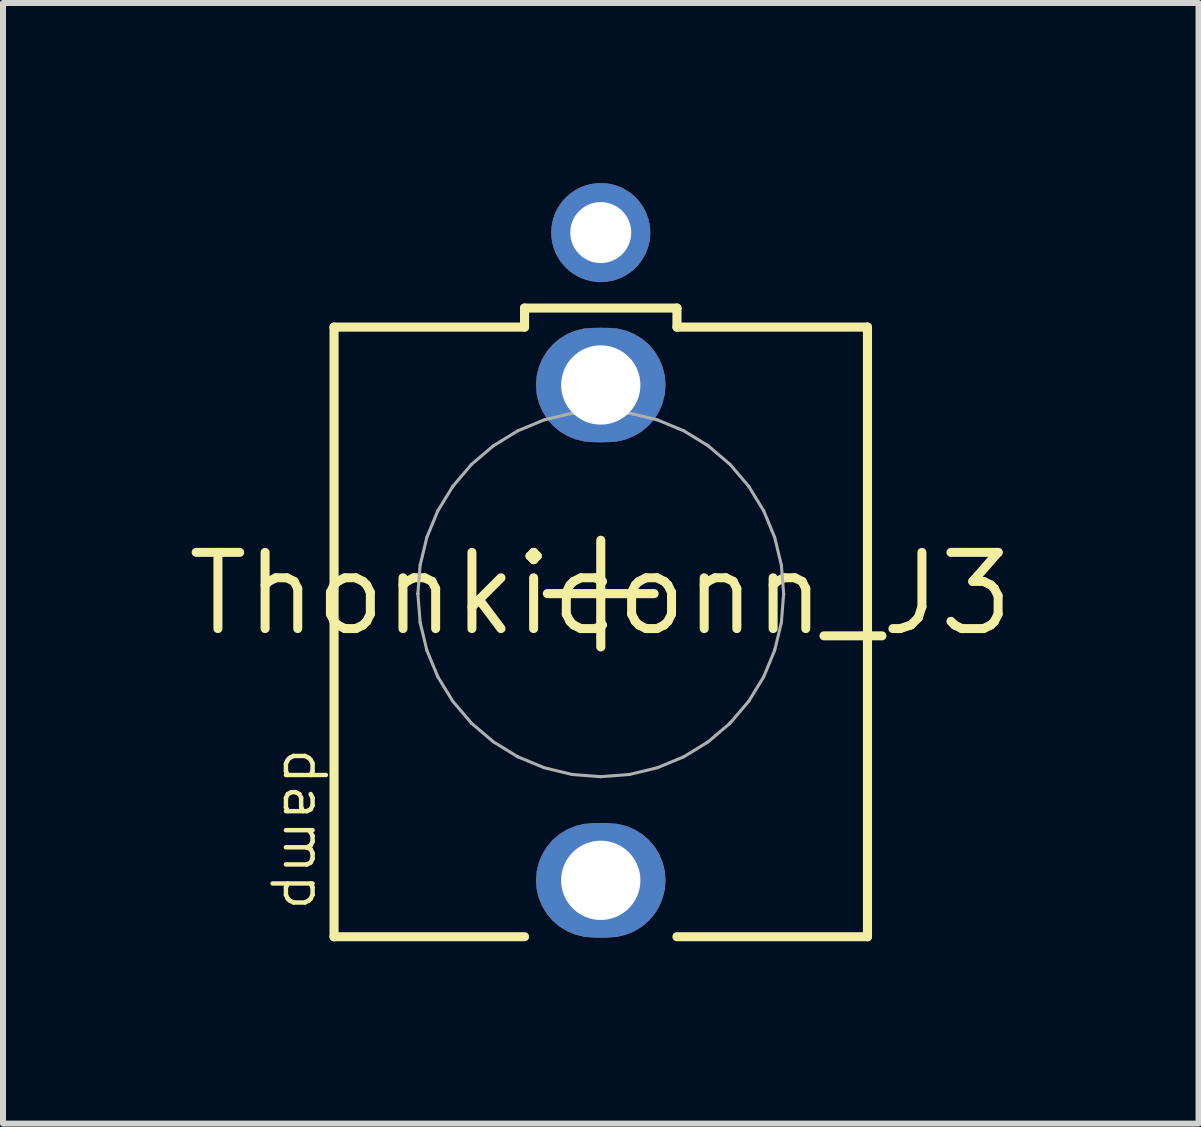
<source format=kicad_pcb>
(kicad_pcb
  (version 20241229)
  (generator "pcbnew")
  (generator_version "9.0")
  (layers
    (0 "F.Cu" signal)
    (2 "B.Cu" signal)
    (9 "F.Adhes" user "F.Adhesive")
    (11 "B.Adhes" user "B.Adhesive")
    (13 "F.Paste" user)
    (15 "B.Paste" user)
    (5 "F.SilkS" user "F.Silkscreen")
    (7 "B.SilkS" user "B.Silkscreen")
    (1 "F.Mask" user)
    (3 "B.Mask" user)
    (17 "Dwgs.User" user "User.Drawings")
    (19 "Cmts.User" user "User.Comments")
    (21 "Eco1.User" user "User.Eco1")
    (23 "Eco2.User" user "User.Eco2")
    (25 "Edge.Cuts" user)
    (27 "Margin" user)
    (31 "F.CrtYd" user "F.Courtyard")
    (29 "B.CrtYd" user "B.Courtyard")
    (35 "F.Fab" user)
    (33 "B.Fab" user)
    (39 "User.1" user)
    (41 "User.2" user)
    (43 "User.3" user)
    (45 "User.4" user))
  (footprint "Thonkiconn_J3"
    (layer "F.Cu")
    (at 6.962 6.846)
    (property "Reference" "Thonkiconn_J3" (at 0 0 0) (layer "F.SilkS") (effects (font (size 1.27 1.27) (thickness 0.15))))
    (fp_poly (pts (xy 0.276 -4.421) (xy 0.421 -4.386) (xy 0.559 -4.329) (xy 0.687 -4.251) (xy 0.801 -4.154) (xy 0.898 -4.04) (xy 0.976 -3.912) (xy 1.033 -3.774) (xy 1.068 -3.629) (xy 1.079 -3.48) (xy 1.068 -3.331) (xy 1.033 -3.186) (xy 0.976 -3.048) (xy 0.898 -2.92) (xy 0.801 -2.806) (xy 0.687 -2.709) (xy 0.559 -2.631) (xy 0.421 -2.574) (xy 0.276 -2.539) (xy 0.127 -2.527) (xy -0.127 -2.527) (xy -0.276 -2.539) (xy -0.421 -2.574) (xy -0.559 -2.631) (xy -0.687 -2.709) (xy -0.801 -2.806) (xy -0.898 -2.92) (xy -0.976 -3.048) (xy -1.033 -3.186) (xy -1.068 -3.331) (xy -1.079 -3.48) (xy -1.068 -3.629) (xy -1.033 -3.774) (xy -0.976 -3.912) (xy -0.898 -4.04) (xy -0.801 -4.154) (xy -0.687 -4.251) (xy -0.559 -4.329) (xy -0.421 -4.386) (xy -0.276 -4.421) (xy -0.127 -4.432) (xy 0.127 -4.432)) (stroke (width 0) (type default)) (fill yes) (layer "F.Cu"))
    (fp_poly (pts (xy 0.276 3.834) (xy 0.421 3.869) (xy 0.559 3.926) (xy 0.687 4.004) (xy 0.801 4.101) (xy 0.898 4.215) (xy 0.976 4.343) (xy 1.033 4.481) (xy 1.068 4.626) (xy 1.079 4.775) (xy 1.068 4.924) (xy 1.033 5.069) (xy 0.976 5.207) (xy 0.898 5.335) (xy 0.801 5.449) (xy 0.687 5.546) (xy 0.559 5.624) (xy 0.421 5.681) (xy 0.276 5.716) (xy 0.127 5.728) (xy -0.127 5.728) (xy -0.276 5.716) (xy -0.421 5.681) (xy -0.559 5.624) (xy -0.687 5.546) (xy -0.801 5.449) (xy -0.898 5.335) (xy -0.976 5.207) (xy -1.033 5.069) (xy -1.068 4.924) (xy -1.079 4.775) (xy -1.068 4.626) (xy -1.033 4.481) (xy -0.976 4.343) (xy -0.898 4.215) (xy -0.801 4.101) (xy -0.687 4.004) (xy -0.559 3.926) (xy -0.421 3.869) (xy -0.276 3.834) (xy -0.127 3.823) (xy 0.127 3.823)) (stroke (width 0) (type default)) (fill yes) (layer "F.Cu"))
    (fp_poly (pts (xy 0.292 -4.522) (xy 0.453 -4.483) (xy 0.606 -4.42) (xy 0.748 -4.334) (xy 0.873 -4.226) (xy 0.981 -4.1) (xy 1.067 -3.958) (xy 1.131 -3.806) (xy 1.169 -3.645) (xy 1.182 -3.48) (xy 1.169 -3.315) (xy 1.131 -3.154) (xy 1.067 -3.001) (xy 0.981 -2.859) (xy 0.873 -2.733) (xy 0.748 -2.626) (xy 0.606 -2.54) (xy 0.453 -2.476) (xy 0.292 -2.438) (xy 0.127 -2.425) (xy -0.127 -2.425) (xy -0.292 -2.438) (xy -0.453 -2.476) (xy -0.606 -2.54) (xy -0.748 -2.626) (xy -0.873 -2.733) (xy -0.981 -2.859) (xy -1.067 -3.001) (xy -1.131 -3.154) (xy -1.169 -3.315) (xy -1.182 -3.48) (xy -1.169 -3.645) (xy -1.131 -3.806) (xy -1.067 -3.958) (xy -0.981 -4.1) (xy -0.873 -4.226) (xy -0.748 -4.334) (xy -0.606 -4.42) (xy -0.453 -4.483) (xy -0.292 -4.522) (xy -0.127 -4.535) (xy 0.127 -4.535)) (stroke (width 0) (type default)) (fill yes) (layer "F.Mask"))
    (fp_poly (pts (xy 0.292 3.733) (xy 0.453 3.772) (xy 0.606 3.835) (xy 0.748 3.921) (xy 0.873 4.029) (xy 0.981 4.155) (xy 1.067 4.297) (xy 1.131 4.449) (xy 1.169 4.61) (xy 1.182 4.775) (xy 1.169 4.94) (xy 1.131 5.101) (xy 1.067 5.254) (xy 0.981 5.396) (xy 0.873 5.522) (xy 0.748 5.629) (xy 0.606 5.715) (xy 0.453 5.779) (xy 0.292 5.817) (xy 0.127 5.83) (xy -0.127 5.83) (xy -0.292 5.817) (xy -0.453 5.779) (xy -0.606 5.715) (xy -0.748 5.629) (xy -0.873 5.522) (xy -0.981 5.396) (xy -1.067 5.254) (xy -1.131 5.101) (xy -1.169 4.94) (xy -1.182 4.775) (xy -1.169 4.61) (xy -1.131 4.449) (xy -1.067 4.297) (xy -0.981 4.155) (xy -0.873 4.029) (xy -0.748 3.921) (xy -0.606 3.835) (xy -0.453 3.772) (xy -0.292 3.733) (xy -0.127 3.72) (xy 0.127 3.72)) (stroke (width 0) (type default)) (fill yes) (layer "F.Mask"))
    (fp_poly (pts (xy 0.276 -4.421) (xy 0.421 -4.386) (xy 0.559 -4.329) (xy 0.687 -4.251) (xy 0.801 -4.154) (xy 0.898 -4.04) (xy 0.976 -3.912) (xy 1.033 -3.774) (xy 1.068 -3.629) (xy 1.079 -3.48) (xy 1.068 -3.331) (xy 1.033 -3.186) (xy 0.976 -3.048) (xy 0.898 -2.92) (xy 0.801 -2.806) (xy 0.687 -2.709) (xy 0.559 -2.631) (xy 0.421 -2.574) (xy 0.276 -2.539) (xy 0.127 -2.527) (xy -0.127 -2.527) (xy -0.276 -2.539) (xy -0.421 -2.574) (xy -0.559 -2.631) (xy -0.687 -2.709) (xy -0.801 -2.806) (xy -0.898 -2.92) (xy -0.976 -3.048) (xy -1.033 -3.186) (xy -1.068 -3.331) (xy -1.079 -3.48) (xy -1.068 -3.629) (xy -1.033 -3.774) (xy -0.976 -3.912) (xy -0.898 -4.04) (xy -0.801 -4.154) (xy -0.687 -4.251) (xy -0.559 -4.329) (xy -0.421 -4.386) (xy -0.276 -4.421) (xy -0.127 -4.432) (xy 0.127 -4.432)) (stroke (width 0) (type default)) (fill yes) (layer "B.Cu"))
    (fp_poly (pts (xy 0.276 3.834) (xy 0.421 3.869) (xy 0.559 3.926) (xy 0.687 4.004) (xy 0.801 4.101) (xy 0.898 4.215) (xy 0.976 4.343) (xy 1.033 4.481) (xy 1.068 4.626) (xy 1.079 4.775) (xy 1.068 4.924) (xy 1.033 5.069) (xy 0.976 5.207) (xy 0.898 5.335) (xy 0.801 5.449) (xy 0.687 5.546) (xy 0.559 5.624) (xy 0.421 5.681) (xy 0.276 5.716) (xy 0.127 5.728) (xy -0.127 5.728) (xy -0.276 5.716) (xy -0.421 5.681) (xy -0.559 5.624) (xy -0.687 5.546) (xy -0.801 5.449) (xy -0.898 5.335) (xy -0.976 5.207) (xy -1.033 5.069) (xy -1.068 4.924) (xy -1.079 4.775) (xy -1.068 4.626) (xy -1.033 4.481) (xy -0.976 4.343) (xy -0.898 4.215) (xy -0.801 4.101) (xy -0.687 4.004) (xy -0.559 3.926) (xy -0.421 3.869) (xy -0.276 3.834) (xy -0.127 3.823) (xy 0.127 3.823)) (stroke (width 0) (type default)) (fill yes) (layer "B.Cu"))
    (fp_poly (pts (xy 0.292 -4.522) (xy 0.453 -4.483) (xy 0.606 -4.42) (xy 0.748 -4.334) (xy 0.873 -4.226) (xy 0.981 -4.1) (xy 1.067 -3.958) (xy 1.131 -3.806) (xy 1.169 -3.645) (xy 1.182 -3.48) (xy 1.169 -3.315) (xy 1.131 -3.154) (xy 1.067 -3.001) (xy 0.981 -2.859) (xy 0.873 -2.733) (xy 0.748 -2.626) (xy 0.606 -2.54) (xy 0.453 -2.476) (xy 0.292 -2.438) (xy 0.127 -2.425) (xy -0.127 -2.425) (xy -0.292 -2.438) (xy -0.453 -2.476) (xy -0.606 -2.54) (xy -0.748 -2.626) (xy -0.873 -2.733) (xy -0.981 -2.859) (xy -1.067 -3.001) (xy -1.131 -3.154) (xy -1.169 -3.315) (xy -1.182 -3.48) (xy -1.169 -3.645) (xy -1.131 -3.806) (xy -1.067 -3.958) (xy -0.981 -4.1) (xy -0.873 -4.226) (xy -0.748 -4.334) (xy -0.606 -4.42) (xy -0.453 -4.483) (xy -0.292 -4.522) (xy -0.127 -4.535) (xy 0.127 -4.535)) (stroke (width 0) (type default)) (fill yes) (layer "B.Mask"))
    (fp_poly (pts (xy 0.292 3.733) (xy 0.453 3.772) (xy 0.606 3.835) (xy 0.748 3.921) (xy 0.873 4.029) (xy 0.981 4.155) (xy 1.067 4.297) (xy 1.131 4.449) (xy 1.169 4.61) (xy 1.182 4.775) (xy 1.169 4.94) (xy 1.131 5.101) (xy 1.067 5.254) (xy 0.981 5.396) (xy 0.873 5.522) (xy 0.748 5.629) (xy 0.606 5.715) (xy 0.453 5.779) (xy 0.292 5.817) (xy 0.127 5.83) (xy -0.127 5.83) (xy -0.292 5.817) (xy -0.453 5.779) (xy -0.606 5.715) (xy -0.748 5.629) (xy -0.873 5.522) (xy -0.981 5.396) (xy -1.067 5.254) (xy -1.131 5.101) (xy -1.169 4.94) (xy -1.182 4.775) (xy -1.169 4.61) (xy -1.131 4.449) (xy -1.067 4.297) (xy -0.981 4.155) (xy -0.873 4.029) (xy -0.748 3.921) (xy -0.606 3.835) (xy -0.453 3.772) (xy -0.292 3.733) (xy -0.127 3.72) (xy 0.127 3.72)) (stroke (width 0) (type default)) (fill yes) (layer "B.Mask"))
    (fp_line (start -4.445 -4.445) (end -4.445 5.715) (stroke (width 0.152) (type solid)) (layer "F.SilkS"))
    (fp_line (start -1.27 -4.762) (end 1.27 -4.762) (stroke (width 0.152) (type solid)) (layer "F.SilkS"))
    (fp_line (start -1.27 -4.445) (end -4.445 -4.445) (stroke (width 0.152) (type solid)) (layer "F.SilkS"))
    (fp_line (start -1.27 -4.445) (end -1.27 -4.762) (stroke (width 0.152) (type solid)) (layer "F.SilkS"))
    (fp_line (start -1.27 5.715) (end -4.445 5.715) (stroke (width 0.152) (type solid)) (layer "F.SilkS"))
    (fp_line (start -0.89 -0.003) (end 0.889 -0.003) (stroke (width 0.152) (type solid)) (layer "F.SilkS"))
    (fp_line (start 0 0.885) (end 0 -0.892) (stroke (width 0.152) (type solid)) (layer "F.SilkS"))
    (fp_line (start 1.27 -4.762) (end 1.27 -4.445) (stroke (width 0.152) (type solid)) (layer "F.SilkS"))
    (fp_line (start 1.27 -4.445) (end 4.445 -4.445) (stroke (width 0.152) (type solid)) (layer "F.SilkS"))
    (fp_line (start 1.27 5.715) (end 4.445 5.715) (stroke (width 0.152) (type solid)) (layer "F.SilkS"))
    (fp_line (start 4.445 5.715) (end 4.445 -4.445) (stroke (width 0.152) (type solid)) (layer "F.SilkS"))
    (fp_line (start -3.048 -0.001) (end -3.048 0.001) (stroke (width 0.051) (type solid)) (layer "F.Fab"))
    (fp_line (start -3.048 0.001) (end -3.01 0.478) (stroke (width 0.051) (type solid)) (layer "F.Fab"))
    (fp_line (start -3.01 -0.478) (end -3.048 -0.001) (stroke (width 0.051) (type solid)) (layer "F.Fab"))
    (fp_line (start -3.01 0.478) (end -2.898 0.943) (stroke (width 0.051) (type solid)) (layer "F.Fab"))
    (fp_line (start -2.898 -0.942) (end -3.01 -0.478) (stroke (width 0.051) (type solid)) (layer "F.Fab"))
    (fp_line (start -2.898 0.943) (end -2.715 1.384) (stroke (width 0.051) (type solid)) (layer "F.Fab"))
    (fp_line (start -2.715 -1.384) (end -2.898 -0.942) (stroke (width 0.051) (type solid)) (layer "F.Fab"))
    (fp_line (start -2.715 1.384) (end -2.465 1.792) (stroke (width 0.051) (type solid)) (layer "F.Fab"))
    (fp_line (start -2.465 -1.792) (end -2.715 -1.384) (stroke (width 0.051) (type solid)) (layer "F.Fab"))
    (fp_line (start -2.465 1.792) (end -2.155 2.156) (stroke (width 0.051) (type solid)) (layer "F.Fab"))
    (fp_line (start -2.155 -2.156) (end -2.465 -1.792) (stroke (width 0.051) (type solid)) (layer "F.Fab"))
    (fp_line (start -2.155 2.156) (end -1.791 2.466) (stroke (width 0.051) (type solid)) (layer "F.Fab"))
    (fp_line (start -1.791 -2.466) (end -2.155 -2.156) (stroke (width 0.051) (type solid)) (layer "F.Fab"))
    (fp_line (start -1.791 2.466) (end -1.384 2.716) (stroke (width 0.051) (type solid)) (layer "F.Fab"))
    (fp_line (start -1.384 -2.716) (end -1.791 -2.466) (stroke (width 0.051) (type solid)) (layer "F.Fab"))
    (fp_line (start -1.384 2.716) (end -0.942 2.899) (stroke (width 0.051) (type solid)) (layer "F.Fab"))
    (fp_line (start -0.942 -2.899) (end -1.384 -2.716) (stroke (width 0.051) (type solid)) (layer "F.Fab"))
    (fp_line (start -0.942 2.899) (end -0.477 3.011) (stroke (width 0.051) (type solid)) (layer "F.Fab"))
    (fp_line (start -0.477 -3.011) (end -0.942 -2.899) (stroke (width 0.051) (type solid)) (layer "F.Fab"))
    (fp_line (start -0.477 3.011) (end 0 3.048) (stroke (width 0.051) (type solid)) (layer "F.Fab"))
    (fp_line (start 0 -3.048) (end -0.477 -3.011) (stroke (width 0.051) (type solid)) (layer "F.Fab"))
    (fp_line (start 0 3.048) (end 0.477 3.011) (stroke (width 0.051) (type solid)) (layer "F.Fab"))
    (fp_line (start 0.477 -3.011) (end 0 -3.048) (stroke (width 0.051) (type solid)) (layer "F.Fab"))
    (fp_line (start 0.477 3.011) (end 0.942 2.899) (stroke (width 0.051) (type solid)) (layer "F.Fab"))
    (fp_line (start 0.942 -2.899) (end 0.477 -3.011) (stroke (width 0.051) (type solid)) (layer "F.Fab"))
    (fp_line (start 0.942 2.899) (end 1.384 2.716) (stroke (width 0.051) (type solid)) (layer "F.Fab"))
    (fp_line (start 1.384 -2.716) (end 0.942 -2.899) (stroke (width 0.051) (type solid)) (layer "F.Fab"))
    (fp_line (start 1.384 2.716) (end 1.791 2.466) (stroke (width 0.051) (type solid)) (layer "F.Fab"))
    (fp_line (start 1.791 -2.466) (end 1.384 -2.716) (stroke (width 0.051) (type solid)) (layer "F.Fab"))
    (fp_line (start 1.791 2.466) (end 2.155 2.156) (stroke (width 0.051) (type solid)) (layer "F.Fab"))
    (fp_line (start 2.155 -2.156) (end 1.791 -2.466) (stroke (width 0.051) (type solid)) (layer "F.Fab"))
    (fp_line (start 2.155 2.156) (end 2.465 1.792) (stroke (width 0.051) (type solid)) (layer "F.Fab"))
    (fp_line (start 2.465 -1.792) (end 2.155 -2.156) (stroke (width 0.051) (type solid)) (layer "F.Fab"))
    (fp_line (start 2.465 1.792) (end 2.715 1.384) (stroke (width 0.051) (type solid)) (layer "F.Fab"))
    (fp_line (start 2.715 -1.384) (end 2.465 -1.792) (stroke (width 0.051) (type solid)) (layer "F.Fab"))
    (fp_line (start 2.715 1.384) (end 2.898 0.943) (stroke (width 0.051) (type solid)) (layer "F.Fab"))
    (fp_line (start 2.898 -0.942) (end 2.715 -1.384) (stroke (width 0.051) (type solid)) (layer "F.Fab"))
    (fp_line (start 2.898 0.943) (end 3.01 0.478) (stroke (width 0.051) (type solid)) (layer "F.Fab"))
    (fp_line (start 3.01 -0.478) (end 2.898 -0.942) (stroke (width 0.051) (type solid)) (layer "F.Fab"))
    (fp_line (start 3.01 0.478) (end 3.048 0.001) (stroke (width 0.051) (type solid)) (layer "F.Fab"))
    (fp_line (start 3.048 -0.001) (end 3.01 -0.478) (stroke (width 0.051) (type solid)) (layer "F.Fab"))
    (fp_line (start 3.048 0.001) (end 3.048 -0.001) (stroke (width 0.051) (type solid)) (layer "F.Fab"))
    (fp_text user "damp" (at -4.553 2.527 270) (unlocked yes) (layer "F.SilkS") (effects (font (size 0.666 0.666) (thickness 0.074)) (justify left top)))
    (pad "1" thru_hole circle (at 0 -3.48) (size 1.905 1.905) (drill 1.321) (layers "*.Cu"))
    (pad "2" thru_hole circle (at 0 4.775) (size 1.905 1.905) (drill 1.321) (layers "*.Cu"))
    (pad "3" thru_hole circle (at 0 -6.02) (size 1.651 1.651) (drill 1.016) (layers "*.Cu" "*.Mask"))
    (zone (net_name "") (layer "F.Cu") (hatch edge 0.5) (connect_pads) (min_thickness 0.25) (filled_areas_thickness no) (keepout (tracks not_allowed) (vias not_allowed) (pads not_allowed) (copperpour not_allowed) (footprints allowed)) (placement (enabled no)) (fill) (polygon (pts (xy 8.204 6.845) (xy 8.184 6.623) (xy 8.125 6.408) (xy 8.028 6.207) (xy 7.897 6.027) (xy 7.736 5.873) (xy 7.551 5.751) (xy 7.346 5.663) (xy 7.129 5.614) (xy 6.906 5.604) (xy 6.686 5.634) (xy 6.474 5.702) (xy 6.278 5.808) (xy 6.104 5.947) (xy 5.957 6.114) (xy 5.843 6.306) (xy 5.765 6.514) (xy 5.725 6.733) (xy 5.725 6.956) (xy 5.765 7.175) (xy 5.843 7.383) (xy 5.957 7.575) (xy 6.104 7.742) (xy 6.278 7.881) (xy 6.474 7.987) (xy 6.686 8.055) (xy 6.906 8.085) (xy 7.129 8.075) (xy 7.346 8.026) (xy 7.551 7.938) (xy 7.736 7.816) (xy 7.897 7.662) (xy 8.028 7.482) (xy 8.125 7.281) (xy 8.184 7.066))) (polygon (pts (xy 7.954 6.845) (xy 7.934 6.645) (xy 7.874 6.453) (xy 7.776 6.278) (xy 7.646 6.126) (xy 7.487 6.003) (xy 7.307 5.914) (xy 7.112 5.864) (xy 6.912 5.854) (xy 6.713 5.884) (xy 6.525 5.954) (xy 6.355 6.06) (xy 6.209 6.198) (xy 6.095 6.363) (xy 6.016 6.548) (xy 5.975 6.744) (xy 5.975 6.945) (xy 6.016 7.141) (xy 6.095 7.326) (xy 6.209 7.491) (xy 6.355 7.629) (xy 6.525 7.735) (xy 6.713 7.805) (xy 6.912 7.835) (xy 7.112 7.825) (xy 7.307 7.775) (xy 7.487 7.686) (xy 7.646 7.563) (xy 7.776 7.411) (xy 7.874 7.236) (xy 7.934 7.044)))))
  (gr_rect
    (start -3 -3)
    (end 16.924 15.675)
    (stroke (width 0.1) (type default))
    (fill no)
    (layer "Edge.Cuts")))
</source>
